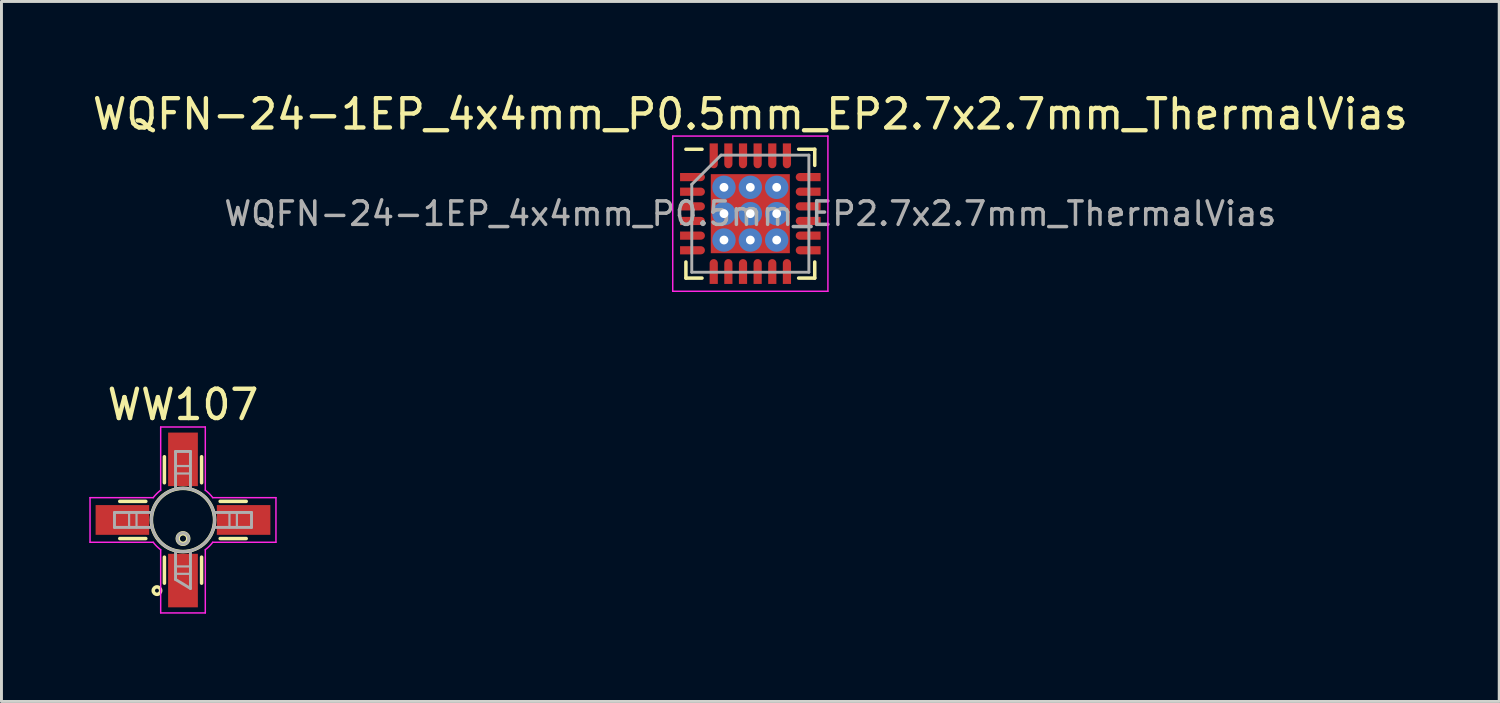
<source format=kicad_pcb>
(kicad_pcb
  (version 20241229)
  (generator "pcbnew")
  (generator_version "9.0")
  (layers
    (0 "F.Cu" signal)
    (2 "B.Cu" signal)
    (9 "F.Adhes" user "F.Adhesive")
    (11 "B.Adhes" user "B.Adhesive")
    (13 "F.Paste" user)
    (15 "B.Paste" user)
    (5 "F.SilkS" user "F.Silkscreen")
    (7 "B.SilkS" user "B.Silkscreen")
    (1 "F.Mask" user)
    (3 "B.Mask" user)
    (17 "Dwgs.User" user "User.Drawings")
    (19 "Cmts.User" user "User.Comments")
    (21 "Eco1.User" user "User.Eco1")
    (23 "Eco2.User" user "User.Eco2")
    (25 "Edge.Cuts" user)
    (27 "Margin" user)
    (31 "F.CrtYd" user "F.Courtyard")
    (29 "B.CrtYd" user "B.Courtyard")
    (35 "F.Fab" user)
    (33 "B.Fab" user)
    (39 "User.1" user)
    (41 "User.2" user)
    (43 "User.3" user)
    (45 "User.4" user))
  (footprint "WW107"
    (layer "F.Cu")
    (at 3.2 14.709)
    (property "Reference" "WW107" (at 0 -3.937 0) (layer "F.SilkS") (effects (font (size 1 1) (thickness 0.15))))
    (attr smd)
    (fp_line (start -2.159 -0.635) (end -1.27 -0.635) (stroke (width 0.12) (type solid)) (layer "F.SilkS"))
    (fp_line (start -2.159 0.635) (end -1.27 0.635) (stroke (width 0.12) (type solid)) (layer "F.SilkS"))
    (fp_line (start -0.635 -2.159) (end -0.635 -1.27) (stroke (width 0.12) (type solid)) (layer "F.SilkS"))
    (fp_line (start -0.635 2.159) (end -0.635 1.27) (stroke (width 0.12) (type solid)) (layer "F.SilkS"))
    (fp_line (start 0.635 -2.159) (end 0.635 -1.27) (stroke (width 0.12) (type solid)) (layer "F.SilkS"))
    (fp_line (start 0.635 2.159) (end 0.635 1.27) (stroke (width 0.12) (type solid)) (layer "F.SilkS"))
    (fp_line (start 2.159 -0.635) (end 1.27 -0.635) (stroke (width 0.12) (type solid)) (layer "F.SilkS"))
    (fp_line (start 2.159 0.635) (end 1.27 0.635) (stroke (width 0.12) (type solid)) (layer "F.SilkS"))
    (fp_circle (center -0.889 2.413) (end -0.762 2.413) (stroke (width 0.12) (type solid)) (fill no) (layer "F.SilkS"))
    (fp_circle (center 0 0) (end 1.08 0) (stroke (width 0.12) (type solid)) (fill no) (layer "F.SilkS"))
    (fp_circle (center 0 0.635) (end 0.127 0.762) (stroke (width 0.15) (type solid)) (fill no) (layer "F.SilkS"))
    (fp_line (start -3.175 -0.762) (end -1.016 -0.762) (stroke (width 0.05) (type solid)) (layer "F.CrtYd"))
    (fp_line (start -3.175 0.762) (end -3.175 -0.762) (stroke (width 0.05) (type solid)) (layer "F.CrtYd"))
    (fp_line (start -1.016 0.762) (end -3.175 0.762) (stroke (width 0.05) (type solid)) (layer "F.CrtYd"))
    (fp_line (start -0.762 -3.175) (end -0.762 -1.016) (stroke (width 0.05) (type solid)) (layer "F.CrtYd"))
    (fp_line (start -0.762 3.175) (end -0.762 1.016) (stroke (width 0.05) (type solid)) (layer "F.CrtYd"))
    (fp_line (start 0.762 -3.175) (end -0.762 -3.175) (stroke (width 0.05) (type solid)) (layer "F.CrtYd"))
    (fp_line (start 0.762 -3.175) (end 0.762 -1.016) (stroke (width 0.05) (type solid)) (layer "F.CrtYd"))
    (fp_line (start 0.762 1.016) (end 0.762 3.175) (stroke (width 0.05) (type solid)) (layer "F.CrtYd"))
    (fp_line (start 0.762 3.175) (end -0.762 3.175) (stroke (width 0.05) (type solid)) (layer "F.CrtYd"))
    (fp_line (start 1.016 -0.762) (end 3.175 -0.762) (stroke (width 0.05) (type solid)) (layer "F.CrtYd"))
    (fp_line (start 3.175 -0.762) (end 3.175 0.762) (stroke (width 0.05) (type solid)) (layer "F.CrtYd"))
    (fp_line (start 3.175 0.762) (end 1.016 0.762) (stroke (width 0.05) (type solid)) (layer "F.CrtYd"))
    (fp_arc (start -1.016 -0.761999) (mid -0.898026 -0.898025) (end -0.762 -1.015999) (stroke (width 0.05) (type solid)) (layer "F.CrtYd"))
    (fp_arc (start -0.762 1.016) (mid -0.898026 0.898026) (end -1.016 0.762) (stroke (width 0.05) (type solid)) (layer "F.CrtYd"))
    (fp_arc (start 0.761999 -1.016) (mid 0.898025 -0.898026) (end 1.015999 -0.762) (stroke (width 0.05) (type solid)) (layer "F.CrtYd"))
    (fp_arc (start 1.016 0.761999) (mid 0.898026 0.898025) (end 0.762 1.015999) (stroke (width 0.05) (type solid)) (layer "F.CrtYd"))
    (fp_line (start -2.34 -0.255) (end -2.34 0.255) (stroke (width 0.1) (type solid)) (layer "F.Fab"))
    (fp_line (start -2.34 -0.255) (end -1.079 -0.255) (stroke (width 0.1) (type solid)) (layer "F.Fab"))
    (fp_line (start -2.34 0.255) (end -1.079 0.255) (stroke (width 0.1) (type solid)) (layer "F.Fab"))
    (fp_line (start -1.841 0.254) (end -1.841 -0.254) (stroke (width 0.075) (type solid)) (layer "F.Fab"))
    (fp_line (start -1.587 -0.254) (end -1.587 0.254) (stroke (width 0.075) (type solid)) (layer "F.Fab"))
    (fp_line (start -0.255 -2.34) (end -0.255 -1.079) (stroke (width 0.1) (type solid)) (layer "F.Fab"))
    (fp_line (start -0.255 2.032) (end -0.255 1.079) (stroke (width 0.1) (type solid)) (layer "F.Fab"))
    (fp_line (start -0.255 2.032) (end 0.255 2.34) (stroke (width 0.1) (type solid)) (layer "F.Fab"))
    (fp_line (start -0.254 -1.841) (end 0.254 -1.841) (stroke (width 0.075) (type solid)) (layer "F.Fab"))
    (fp_line (start -0.254 1.587) (end 0.254 1.587) (stroke (width 0.075) (type solid)) (layer "F.Fab"))
    (fp_line (start 0.254 -1.587) (end -0.254 -1.587) (stroke (width 0.075) (type solid)) (layer "F.Fab"))
    (fp_line (start 0.254 1.841) (end -0.254 1.841) (stroke (width 0.075) (type solid)) (layer "F.Fab"))
    (fp_line (start 0.255 -2.34) (end -0.255 -2.34) (stroke (width 0.1) (type solid)) (layer "F.Fab"))
    (fp_line (start 0.255 -2.34) (end 0.255 -1.079) (stroke (width 0.1) (type solid)) (layer "F.Fab"))
    (fp_line (start 0.255 2.34) (end 0.255 1.079) (stroke (width 0.1) (type solid)) (layer "F.Fab"))
    (fp_line (start 1.587 0.254) (end 1.587 -0.254) (stroke (width 0.075) (type solid)) (layer "F.Fab"))
    (fp_line (start 1.841 -0.254) (end 1.841 0.254) (stroke (width 0.075) (type solid)) (layer "F.Fab"))
    (fp_line (start 2.34 -0.255) (end 1.079 -0.255) (stroke (width 0.1) (type solid)) (layer "F.Fab"))
    (fp_line (start 2.34 0.255) (end 1.079 0.255) (stroke (width 0.1) (type solid)) (layer "F.Fab"))
    (fp_line (start 2.34 0.255) (end 2.34 -0.255) (stroke (width 0.1) (type solid)) (layer "F.Fab"))
    (fp_circle (center 0 0) (end 1.08 0) (stroke (width 0.1) (type solid)) (fill no) (layer "F.Fab"))
    (fp_circle (center 0 0.635) (end 0.191 0.635) (stroke (width 0.1) (type solid)) (fill no) (layer "F.Fab"))
    (pad "1" smd rect (at 0 2.07) (size 1.016 1.829) (layers "F.Cu" "F.Mask" "F.Paste"))
    (pad "2" smd rect (at 2.07 0) (size 1.829 1.016) (layers "F.Cu" "F.Mask" "F.Paste"))
    (pad "3" smd rect (at 0 -2.07) (size 1.016 1.829) (layers "F.Cu" "F.Mask" "F.Paste"))
    (pad "4" smd rect (at -2.07 0) (size 1.829 1.016) (layers "F.Cu" "F.Mask" "F.Paste")))
  (footprint "WQFN-24-1EP_4x4mm_P0.5mm_EP2.7x2.7mm_ThermalVias"
    (layer "F.Cu")
    (at 22.577 4.248)
    (property "Reference" "WQFN-24-1EP_4x4mm_P0.5mm_EP2.7x2.7mm_ThermalVias" (at 0 -3.4 0) (layer "F.SilkS") (effects (font (size 1 1) (thickness 0.15))))
    (attr smd)
    (fp_line (start -2.2 -2.2) (end -1.65 -2.2) (stroke (width 0.12) (type solid)) (layer "F.SilkS"))
    (fp_line (start -2.2 1.65) (end -2.2 2.2) (stroke (width 0.12) (type solid)) (layer "F.SilkS"))
    (fp_line (start -2.2 2.2) (end -1.65 2.2) (stroke (width 0.12) (type solid)) (layer "F.SilkS"))
    (fp_line (start 1.65 2.2) (end 2.2 2.2) (stroke (width 0.12) (type solid)) (layer "F.SilkS"))
    (fp_line (start 2.2 -2.2) (end 1.65 -2.2) (stroke (width 0.12) (type solid)) (layer "F.SilkS"))
    (fp_line (start 2.2 -1.65) (end 2.2 -2.2) (stroke (width 0.12) (type solid)) (layer "F.SilkS"))
    (fp_line (start 2.2 2.2) (end 2.2 1.65) (stroke (width 0.12) (type solid)) (layer "F.SilkS"))
    (fp_line (start -2.65 -2.65) (end 2.65 -2.65) (stroke (width 0.05) (type solid)) (layer "F.CrtYd"))
    (fp_line (start -2.65 2.65) (end -2.65 -2.65) (stroke (width 0.05) (type solid)) (layer "F.CrtYd"))
    (fp_line (start 2.65 -2.65) (end 2.65 2.65) (stroke (width 0.05) (type solid)) (layer "F.CrtYd"))
    (fp_line (start 2.65 2.65) (end -2.65 2.65) (stroke (width 0.05) (type solid)) (layer "F.CrtYd"))
    (fp_line (start -2 2) (end -2 -1) (stroke (width 0.1) (type solid)) (layer "F.Fab"))
    (fp_line (start -1 -2) (end -2 -1) (stroke (width 0.1) (type solid)) (layer "F.Fab"))
    (fp_line (start -1 -2) (end 2 -2) (stroke (width 0.1) (type solid)) (layer "F.Fab"))
    (fp_line (start 2 -2) (end 2 2) (stroke (width 0.1) (type solid)) (layer "F.Fab"))
    (fp_line (start 2 2) (end -2 2) (stroke (width 0.1) (type solid)) (layer "F.Fab"))
    (fp_text user "${REFERENCE}" (at 0 0 0) (layer "F.Fab") (effects (font (size 0.8 0.8) (thickness 0.12))))
    (pad "" smd rect (at -0.7 -0.7) (size 1.1 1.1) (layers "F.Paste"))
    (pad "" smd rect (at -0.7 0.7) (size 1.1 1.1) (layers "F.Paste"))
    (pad "" smd rect (at 0.7 -0.7) (size 1.1 1.1) (layers "F.Paste"))
    (pad "" smd rect (at 0.7 0.7) (size 1.1 1.1) (layers "F.Paste"))
    (pad "1" smd custom (at -1.69 -1.25 270) (size 0.28 0.28) (layers "F.Cu" "F.Mask" "F.Paste") (options (anchor circle)) (primitives (gr_poly (pts (xy -0.14 0) (xy 0.14 0) (xy 0.14 0.71) (xy -0.14 0.71)) (width 0) (fill yes))))
    (pad "2" smd custom (at -1.69 -0.75 270) (size 0.28 0.28) (layers "F.Cu" "F.Mask" "F.Paste") (options (anchor circle)) (primitives (gr_poly (pts (xy -0.14 0) (xy 0.14 0) (xy 0.14 0.71) (xy -0.14 0.71)) (width 0) (fill yes))))
    (pad "3" smd custom (at -1.69 -0.25 270) (size 0.28 0.28) (layers "F.Cu" "F.Mask" "F.Paste") (options (anchor circle)) (primitives (gr_poly (pts (xy -0.14 0) (xy 0.14 0) (xy 0.14 0.71) (xy -0.14 0.71)) (width 0) (fill yes))))
    (pad "4" smd custom (at -1.69 0.25 270) (size 0.28 0.28) (layers "F.Cu" "F.Mask" "F.Paste") (options (anchor circle)) (primitives (gr_poly (pts (xy -0.14 0) (xy 0.14 0) (xy 0.14 0.71) (xy -0.14 0.71)) (width 0) (fill yes))))
    (pad "5" smd custom (at -1.69 0.75 270) (size 0.28 0.28) (layers "F.Cu" "F.Mask" "F.Paste") (options (anchor circle)) (primitives (gr_poly (pts (xy -0.14 0) (xy 0.14 0) (xy 0.14 0.71) (xy -0.14 0.71)) (width 0) (fill yes))))
    (pad "6" smd custom (at -1.69 1.25 270) (size 0.28 0.28) (layers "F.Cu" "F.Mask" "F.Paste") (options (anchor circle)) (primitives (gr_poly (pts (xy -0.14 0) (xy 0.14 0) (xy 0.14 0.71) (xy -0.14 0.71)) (width 0) (fill yes))))
    (pad "7" smd custom (at -1.25 1.69) (size 0.28 0.28) (layers "F.Cu" "F.Mask" "F.Paste") (options (anchor circle)) (primitives (gr_poly (pts (xy -0.14 0) (xy 0.14 0) (xy 0.14 0.71) (xy -0.14 0.71)) (width 0) (fill yes))))
    (pad "8" smd custom (at -0.75 1.69) (size 0.28 0.28) (layers "F.Cu" "F.Mask" "F.Paste") (options (anchor circle)) (primitives (gr_poly (pts (xy -0.14 0) (xy 0.14 0) (xy 0.14 0.71) (xy -0.14 0.71)) (width 0) (fill yes))))
    (pad "9" smd custom (at -0.25 1.69) (size 0.28 0.28) (layers "F.Cu" "F.Mask" "F.Paste") (options (anchor circle)) (primitives (gr_poly (pts (xy -0.14 0) (xy 0.14 0) (xy 0.14 0.71) (xy -0.14 0.71)) (width 0) (fill yes))))
    (pad "10" smd custom (at 0.25 1.69) (size 0.28 0.28) (layers "F.Cu" "F.Mask" "F.Paste") (options (anchor circle)) (primitives (gr_poly (pts (xy -0.14 0) (xy 0.14 0) (xy 0.14 0.71) (xy -0.14 0.71)) (width 0) (fill yes))))
    (pad "11" smd custom (at 0.75 1.69) (size 0.28 0.28) (layers "F.Cu" "F.Mask" "F.Paste") (options (anchor circle)) (primitives (gr_poly (pts (xy -0.14 0) (xy 0.14 0) (xy 0.14 0.71) (xy -0.14 0.71)) (width 0) (fill yes))))
    (pad "12" smd custom (at 1.25 1.69) (size 0.28 0.28) (layers "F.Cu" "F.Mask" "F.Paste") (options (anchor circle)) (primitives (gr_poly (pts (xy -0.14 0) (xy 0.14 0) (xy 0.14 0.71) (xy -0.14 0.71)) (width 0) (fill yes))))
    (pad "13" smd custom (at 1.69 1.25 90) (size 0.28 0.28) (layers "F.Cu" "F.Mask" "F.Paste") (options (anchor circle)) (primitives (gr_poly (pts (xy -0.14 0) (xy 0.14 0) (xy 0.14 0.71) (xy -0.14 0.71)) (width 0) (fill yes))))
    (pad "14" smd custom (at 1.69 0.75 90) (size 0.28 0.28) (layers "F.Cu" "F.Mask" "F.Paste") (options (anchor circle)) (primitives (gr_poly (pts (xy -0.14 0) (xy 0.14 0) (xy 0.14 0.71) (xy -0.14 0.71)) (width 0) (fill yes))))
    (pad "15" smd custom (at 1.69 0.25 90) (size 0.28 0.28) (layers "F.Cu" "F.Mask" "F.Paste") (options (anchor circle)) (primitives (gr_poly (pts (xy -0.14 0) (xy 0.14 0) (xy 0.14 0.71) (xy -0.14 0.71)) (width 0) (fill yes))))
    (pad "16" smd custom (at 1.69 -0.25 90) (size 0.28 0.28) (layers "F.Cu" "F.Mask" "F.Paste") (options (anchor circle)) (primitives (gr_poly (pts (xy -0.14 0) (xy 0.14 0) (xy 0.14 0.71) (xy -0.14 0.71)) (width 0) (fill yes))))
    (pad "17" smd custom (at 1.69 -0.75 90) (size 0.28 0.28) (layers "F.Cu" "F.Mask" "F.Paste") (options (anchor circle)) (primitives (gr_poly (pts (xy -0.14 0) (xy 0.14 0) (xy 0.14 0.71) (xy -0.14 0.71)) (width 0) (fill yes))))
    (pad "18" smd custom (at 1.69 -1.25 90) (size 0.28 0.28) (layers "F.Cu" "F.Mask" "F.Paste") (options (anchor circle)) (primitives (gr_poly (pts (xy -0.14 0) (xy 0.14 0) (xy 0.14 0.71) (xy -0.14 0.71)) (width 0) (fill yes))))
    (pad "19" smd custom (at 1.25 -1.69 180) (size 0.28 0.28) (layers "F.Cu" "F.Mask" "F.Paste") (options (anchor circle)) (primitives (gr_poly (pts (xy -0.14 0) (xy 0.14 0) (xy 0.14 0.71) (xy -0.14 0.71)) (width 0) (fill yes))))
    (pad "20" smd custom (at 0.75 -1.69 180) (size 0.28 0.28) (layers "F.Cu" "F.Mask" "F.Paste") (options (anchor circle)) (primitives (gr_poly (pts (xy -0.14 0) (xy 0.14 0) (xy 0.14 0.71) (xy -0.14 0.71)) (width 0) (fill yes))))
    (pad "21" smd custom (at 0.25 -1.69 180) (size 0.28 0.28) (layers "F.Cu" "F.Mask" "F.Paste") (options (anchor circle)) (primitives (gr_poly (pts (xy -0.14 0) (xy 0.14 0) (xy 0.14 0.71) (xy -0.14 0.71)) (width 0) (fill yes))))
    (pad "22" smd custom (at -0.25 -1.69 180) (size 0.28 0.28) (layers "F.Cu" "F.Mask" "F.Paste") (options (anchor circle)) (primitives (gr_poly (pts (xy -0.14 0) (xy 0.14 0) (xy 0.14 0.71) (xy -0.14 0.71)) (width 0) (fill yes))))
    (pad "23" smd custom (at -0.75 -1.69 180) (size 0.28 0.28) (layers "F.Cu" "F.Mask" "F.Paste") (options (anchor circle)) (primitives (gr_poly (pts (xy -0.14 0) (xy 0.14 0) (xy 0.14 0.71) (xy -0.14 0.71)) (width 0) (fill yes))))
    (pad "24" smd custom (at -1.25 -1.69 180) (size 0.28 0.28) (layers "F.Cu" "F.Mask" "F.Paste") (options (anchor circle)) (primitives (gr_poly (pts (xy -0.14 0) (xy 0.14 0) (xy 0.14 0.71) (xy -0.14 0.71)) (width 0) (fill yes))))
    (pad "25" thru_hole circle (at -0.9 -0.9) (size 0.8 0.8) (drill 0.3) (layers "*.Cu"))
    (pad "25" thru_hole circle (at -0.9 0) (size 0.8 0.8) (drill 0.3) (layers "*.Cu"))
    (pad "25" thru_hole circle (at -0.9 0.9) (size 0.8 0.8) (drill 0.3) (layers "*.Cu"))
    (pad "25" thru_hole circle (at 0 -0.9) (size 0.8 0.8) (drill 0.3) (layers "*.Cu"))
    (pad "25" thru_hole circle (at 0 0) (size 0.8 0.8) (drill 0.3) (layers "*.Cu"))
    (pad "25" smd rect (at 0 0) (size 2.7 2.7) (layers "F.Cu" "F.Mask"))
    (pad "25" thru_hole circle (at 0 0.9) (size 0.8 0.8) (drill 0.3) (layers "*.Cu"))
    (pad "25" thru_hole circle (at 0.9 -0.9) (size 0.8 0.8) (drill 0.3) (layers "*.Cu"))
    (pad "25" thru_hole circle (at 0.9 0) (size 0.8 0.8) (drill 0.3) (layers "*.Cu"))
    (pad "25" thru_hole circle (at 0.9 0.9) (size 0.8 0.8) (drill 0.3) (layers "*.Cu")))
  (gr_rect
    (start -3 -3)
    (end 48.155 20.909)
    (stroke (width 0.1) (type default))
    (fill no)
    (layer "Edge.Cuts")))
</source>
